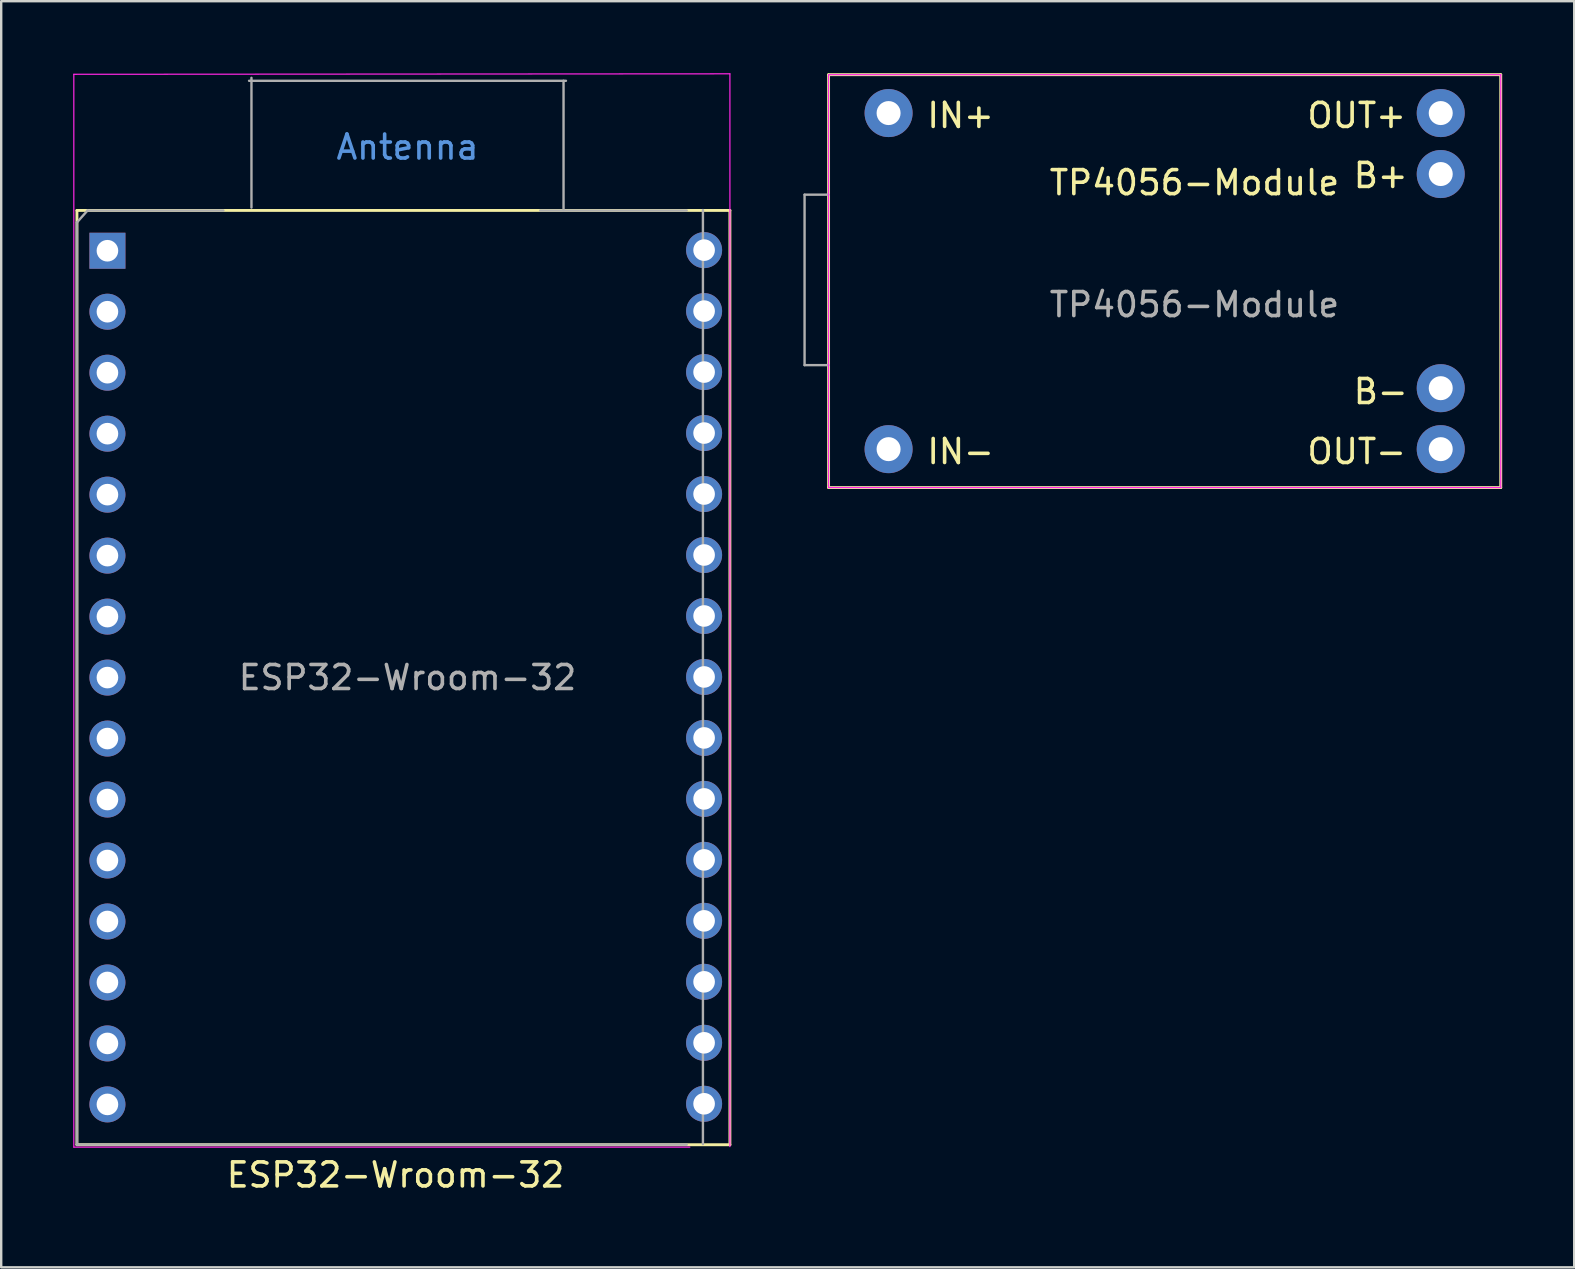
<source format=kicad_pcb>
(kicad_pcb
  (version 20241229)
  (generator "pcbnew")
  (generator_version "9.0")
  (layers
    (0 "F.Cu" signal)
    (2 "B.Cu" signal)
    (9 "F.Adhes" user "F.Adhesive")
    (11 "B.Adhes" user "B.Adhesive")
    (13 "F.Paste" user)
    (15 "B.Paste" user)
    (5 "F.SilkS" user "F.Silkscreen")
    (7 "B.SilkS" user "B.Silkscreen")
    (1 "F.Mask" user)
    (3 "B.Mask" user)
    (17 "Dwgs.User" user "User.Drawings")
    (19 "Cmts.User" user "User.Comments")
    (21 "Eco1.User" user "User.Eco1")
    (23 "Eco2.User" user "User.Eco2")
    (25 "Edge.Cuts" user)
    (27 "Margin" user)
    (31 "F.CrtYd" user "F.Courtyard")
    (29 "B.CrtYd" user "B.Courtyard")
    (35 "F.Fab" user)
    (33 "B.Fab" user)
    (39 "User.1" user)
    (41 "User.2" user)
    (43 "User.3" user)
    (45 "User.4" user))
  (footprint "TP4056-Module"
    (layer "F.Cu")
    (at 31.465 17.26)
    (property "Reference" "TP4056-Module" (at 15.24 -12.7 0) (unlocked yes) (layer "F.SilkS") (effects (font (size 1 1) (thickness 0.15))))
    (attr smd)
    (fp_line (start 0 -17.2) (end 0 0) (stroke (width 0.12) (type solid)) (layer "F.SilkS"))
    (fp_line (start 0 -17.2) (end 28 -17.2) (stroke (width 0.12) (type solid)) (layer "F.SilkS"))
    (fp_line (start 0 0) (end 28 0) (stroke (width 0.12) (type solid)) (layer "F.SilkS"))
    (fp_line (start 28 -17.2) (end 28 0) (stroke (width 0.12) (type solid)) (layer "F.SilkS"))
    (fp_line (start 0 -17.2) (end 28 -17.2) (stroke (width 0.05) (type solid)) (layer "F.CrtYd"))
    (fp_line (start 0 0) (end 0 -17.2) (stroke (width 0.05) (type solid)) (layer "F.CrtYd"))
    (fp_line (start 28 -17.2) (end 28 0) (stroke (width 0.05) (type solid)) (layer "F.CrtYd"))
    (fp_line (start 28 0) (end 0 0) (stroke (width 0.05) (type solid)) (layer "F.CrtYd"))
    (fp_line (start -1 -12.2) (end -1 -5.1) (stroke (width 0.1) (type solid)) (layer "F.Fab"))
    (fp_line (start -1 -5.1) (end 0 -5.1) (stroke (width 0.1) (type solid)) (layer "F.Fab"))
    (fp_line (start 0 -12.2) (end -1 -12.2) (stroke (width 0.1) (type solid)) (layer "F.Fab"))
    (fp_text user "IN-" (at 5.5 -1.5 0) (unlocked yes) (layer "F.SilkS") (effects (font (size 1 1) (thickness 0.15))))
    (fp_text user "B-" (at 23 -4 0) (unlocked yes) (layer "F.SilkS") (effects (font (size 1 1) (thickness 0.15))))
    (fp_text user "OUT+" (at 22 -15.5 0) (unlocked yes) (layer "F.SilkS") (effects (font (size 1 1) (thickness 0.15))))
    (fp_text user "IN+" (at 5.5 -15.5 0) (unlocked yes) (layer "F.SilkS") (effects (font (size 1 1) (thickness 0.15))))
    (fp_text user "B+" (at 23 -13 0) (unlocked yes) (layer "F.SilkS") (effects (font (size 1 1) (thickness 0.15))))
    (fp_text user "OUT-" (at 22 -1.5 0) (unlocked yes) (layer "F.SilkS") (effects (font (size 1 1) (thickness 0.15))))
    (fp_text user "${REFERENCE}" (at 15.24 -7.62 0) (unlocked yes) (layer "F.Fab") (effects (font (size 1 1) (thickness 0.15))))
    (pad "1" thru_hole circle (at 2.5 -15.6) (size 2 2) (drill 1) (layers "*.Cu" "*.Mask"))
    (pad "2" thru_hole circle (at 2.5 -1.6) (size 2 2) (drill 1) (layers "*.Cu" "*.Mask"))
    (pad "3" thru_hole circle (at 25.5 -15.6) (size 2 2) (drill 1) (layers "*.Cu" "*.Mask"))
    (pad "4" thru_hole circle (at 25.5 -1.6) (size 2 2) (drill 1) (layers "*.Cu" "*.Mask"))
    (pad "5" thru_hole circle (at 25.5 -13.06) (size 2 2) (drill 1) (layers "*.Cu" "*.Mask"))
    (pad "6" thru_hole circle (at 25.5 -4.14) (size 2 2) (drill 1) (layers "*.Cu" "*.Mask")))
  (footprint "ESP32-Wroom-32"
    (layer "F.Cu")
    (at 1.425 7.395)
    (property "Reference" "ESP32-Wroom-32" (at 12 38.5 0) (unlocked yes) (layer "F.SilkS") (effects (font (size 1 1) (thickness 0.15))))
    (attr through_hole)
    (fp_line (start -1.27 -1.68) (end 25.93 -1.68) (stroke (width 0.12) (type solid)) (layer "F.SilkS"))
    (fp_line (start -1.27 37.24) (end -1.27 -1.68) (stroke (width 0.12) (type solid)) (layer "F.SilkS"))
    (fp_line (start 25.93 -1.68) (end 25.93 37.24) (stroke (width 0.12) (type solid)) (layer "F.SilkS"))
    (fp_line (start 25.93 37.24) (end -1.27 37.24) (stroke (width 0.12) (type solid)) (layer "F.SilkS"))
    (fp_line (start -1.4 -7.35) (end -1.4 37.34) (stroke (width 0.05) (type solid)) (layer "F.CrtYd"))
    (fp_line (start -1.4 37.34) (end 24.26 37.34) (stroke (width 0.05) (type solid)) (layer "F.CrtYd"))
    (fp_line (start 25.93 -7.37) (end -1.4 -7.35) (stroke (width 0.05) (type solid)) (layer "F.CrtYd"))
    (fp_line (start 25.93 37.32) (end 25.93 -7.37) (stroke (width 0.05) (type solid)) (layer "F.CrtYd"))
    (fp_line (start -1.27 -1.18) (end -1.27 37.235) (stroke (width 0.1) (type solid)) (layer "F.Fab"))
    (fp_line (start -1.27 -1.18) (end -0.83 -1.675) (stroke (width 0.1) (type solid)) (layer "F.Fab"))
    (fp_line (start -1.27 37.235) (end 24.13 37.235) (stroke (width 0.1) (type solid)) (layer "F.Fab"))
    (fp_line (start 4.83 -1.675) (end -0.83 -1.675) (stroke (width 0.1) (type solid)) (layer "F.Fab"))
    (fp_line (start 5.9 -7.08) (end 19.1 -7.08) (stroke (width 0.1) (type solid)) (layer "F.Fab"))
    (fp_line (start 6 -1.798) (end 6 -7.202) (stroke (width 0.1) (type solid)) (layer "F.Fab"))
    (fp_line (start 18.03 -1.675) (end 24.13 -1.675) (stroke (width 0.1) (type solid)) (layer "F.Fab"))
    (fp_line (start 19 -7.08) (end 19 -1.675) (stroke (width 0.1) (type solid)) (layer "F.Fab"))
    (fp_line (start 24.806 37.214) (end 24.806 -1.696) (stroke (width 0.1) (type solid)) (layer "F.Fab"))
    (fp_text user "Antenna" (at 12.5 -4.318 0) (unlocked yes) (layer "Cmts.User") (effects (font (size 1 1) (thickness 0.15))))
    (fp_text user "${REFERENCE}" (at 12.5 17.78 0) (unlocked yes) (layer "F.Fab") (effects (font (size 1 1) (thickness 0.15))))
    (pad "1" thru_hole rect (at 0 0) (size 1.5 1.5) (drill 0.9) (layers "*.Cu" "*.Mask") (remove_unused_layers yes) (keep_end_layers yes) (zone_layer_connections))
    (pad "2" thru_hole circle (at 0 2.54) (size 1.5 1.5) (drill 0.9) (layers "*.Cu" "*.Mask") (remove_unused_layers yes) (keep_end_layers yes) (zone_layer_connections))
    (pad "3" thru_hole circle (at 0 5.08) (size 1.5 1.5) (drill 0.9) (layers "*.Cu" "*.Mask") (remove_unused_layers yes) (keep_end_layers yes) (zone_layer_connections))
    (pad "4" thru_hole circle (at 0 7.62) (size 1.5 1.5) (drill 0.9) (layers "*.Cu" "*.Mask") (remove_unused_layers yes) (keep_end_layers yes) (zone_layer_connections))
    (pad "5" thru_hole circle (at 0 10.16) (size 1.5 1.5) (drill 0.9) (layers "*.Cu" "*.Mask") (remove_unused_layers yes) (keep_end_layers yes) (zone_layer_connections))
    (pad "6" thru_hole circle (at 0 12.7) (size 1.5 1.5) (drill 0.9) (layers "*.Cu" "*.Mask") (remove_unused_layers yes) (keep_end_layers yes) (zone_layer_connections))
    (pad "7" thru_hole circle (at 0 15.24) (size 1.5 1.5) (drill 0.9) (layers "*.Cu" "*.Mask") (remove_unused_layers yes) (keep_end_layers yes) (zone_layer_connections))
    (pad "8" thru_hole circle (at 0 17.78) (size 1.5 1.5) (drill 0.9) (layers "*.Cu" "*.Mask") (remove_unused_layers yes) (keep_end_layers yes) (zone_layer_connections))
    (pad "9" thru_hole circle (at 0 20.32) (size 1.5 1.5) (drill 0.9) (layers "*.Cu" "*.Mask") (remove_unused_layers yes) (keep_end_layers yes) (zone_layer_connections))
    (pad "10" thru_hole circle (at 0 22.86) (size 1.5 1.5) (drill 0.9) (layers "*.Cu" "*.Mask") (remove_unused_layers yes) (keep_end_layers yes) (zone_layer_connections))
    (pad "11" thru_hole circle (at 0 25.4) (size 1.5 1.5) (drill 0.9) (layers "*.Cu" "*.Mask") (remove_unused_layers yes) (keep_end_layers yes) (zone_layer_connections))
    (pad "12" thru_hole circle (at 0 27.94) (size 1.5 1.5) (drill 0.9) (layers "*.Cu" "*.Mask") (remove_unused_layers yes) (keep_end_layers yes) (zone_layer_connections))
    (pad "13" thru_hole circle (at 0 30.48) (size 1.5 1.5) (drill 0.9) (layers "*.Cu" "*.Mask") (remove_unused_layers yes) (keep_end_layers yes) (zone_layer_connections))
    (pad "14" thru_hole circle (at 0 33.02) (size 1.5 1.5) (drill 0.9) (layers "*.Cu" "*.Mask") (remove_unused_layers yes) (keep_end_layers yes) (zone_layer_connections))
    (pad "15" thru_hole circle (at 0 35.56) (size 1.5 1.5) (drill 0.9) (layers "*.Cu" "*.Mask") (remove_unused_layers yes) (keep_end_layers yes) (zone_layer_connections))
    (pad "16" thru_hole circle (at 24.855 35.534) (size 1.5 1.5) (drill 0.9) (layers "*.Cu" "*.Mask") (remove_unused_layers yes) (keep_end_layers yes) (zone_layer_connections))
    (pad "18" thru_hole circle (at 24.855 30.454) (size 1.5 1.5) (drill 0.9) (layers "*.Cu" "*.Mask") (remove_unused_layers yes) (keep_end_layers yes) (zone_layer_connections))
    (pad "19" thru_hole circle (at 24.855 27.914) (size 1.5 1.5) (drill 0.9) (layers "*.Cu" "*.Mask") (remove_unused_layers yes) (keep_end_layers yes) (zone_layer_connections))
    (pad "20" thru_hole circle (at 24.855 25.374) (size 1.5 1.5) (drill 0.9) (layers "*.Cu" "*.Mask") (remove_unused_layers yes) (keep_end_layers yes) (zone_layer_connections))
    (pad "21" thru_hole circle (at 24.855 22.834) (size 1.5 1.5) (drill 0.9) (layers "*.Cu" "*.Mask") (remove_unused_layers yes) (keep_end_layers yes) (zone_layer_connections))
    (pad "22" thru_hole circle (at 24.855 20.294) (size 1.5 1.5) (drill 0.9) (layers "*.Cu" "*.Mask") (remove_unused_layers yes) (keep_end_layers yes) (zone_layer_connections))
    (pad "23" thru_hole circle (at 24.855 17.754) (size 1.5 1.5) (drill 0.9) (layers "*.Cu" "*.Mask") (remove_unused_layers yes) (keep_end_layers yes) (zone_layer_connections))
    (pad "24" thru_hole circle (at 24.855 15.214) (size 1.5 1.5) (drill 0.9) (layers "*.Cu" "*.Mask") (remove_unused_layers yes) (keep_end_layers yes) (zone_layer_connections))
    (pad "25" thru_hole circle (at 24.855 12.674) (size 1.5 1.5) (drill 0.9) (layers "*.Cu" "*.Mask") (remove_unused_layers yes) (keep_end_layers yes) (zone_layer_connections))
    (pad "26" thru_hole circle (at 24.855 10.134) (size 1.5 1.5) (drill 0.9) (layers "*.Cu" "*.Mask") (remove_unused_layers yes) (keep_end_layers yes) (zone_layer_connections))
    (pad "27" thru_hole circle (at 24.855 7.594) (size 1.5 1.5) (drill 0.9) (layers "*.Cu" "*.Mask") (remove_unused_layers yes) (keep_end_layers yes) (zone_layer_connections))
    (pad "28" thru_hole circle (at 24.855 5.054) (size 1.5 1.5) (drill 0.9) (layers "*.Cu" "*.Mask") (remove_unused_layers yes) (keep_end_layers yes) (zone_layer_connections))
    (pad "29" thru_hole circle (at 24.855 2.514) (size 1.5 1.5) (drill 0.9) (layers "*.Cu" "*.Mask") (remove_unused_layers yes) (keep_end_layers yes) (zone_layer_connections))
    (pad "30" thru_hole circle (at 24.855 -0.026) (size 1.5 1.5) (drill 0.9) (layers "*.Cu" "*.Mask") (remove_unused_layers yes) (keep_end_layers yes) (zone_layer_connections))
    (pad "GND" thru_hole circle (at 24.855 32.994) (size 1.5 1.5) (drill 0.9) (layers "*.Cu" "*.Mask") (remove_unused_layers yes) (keep_end_layers yes) (zone_layer_connections)))
  (gr_rect
    (start -3 -3)
    (end 62.525 49.743)
    (stroke (width 0.1) (type default))
    (fill no)
    (layer "Edge.Cuts")))
</source>
